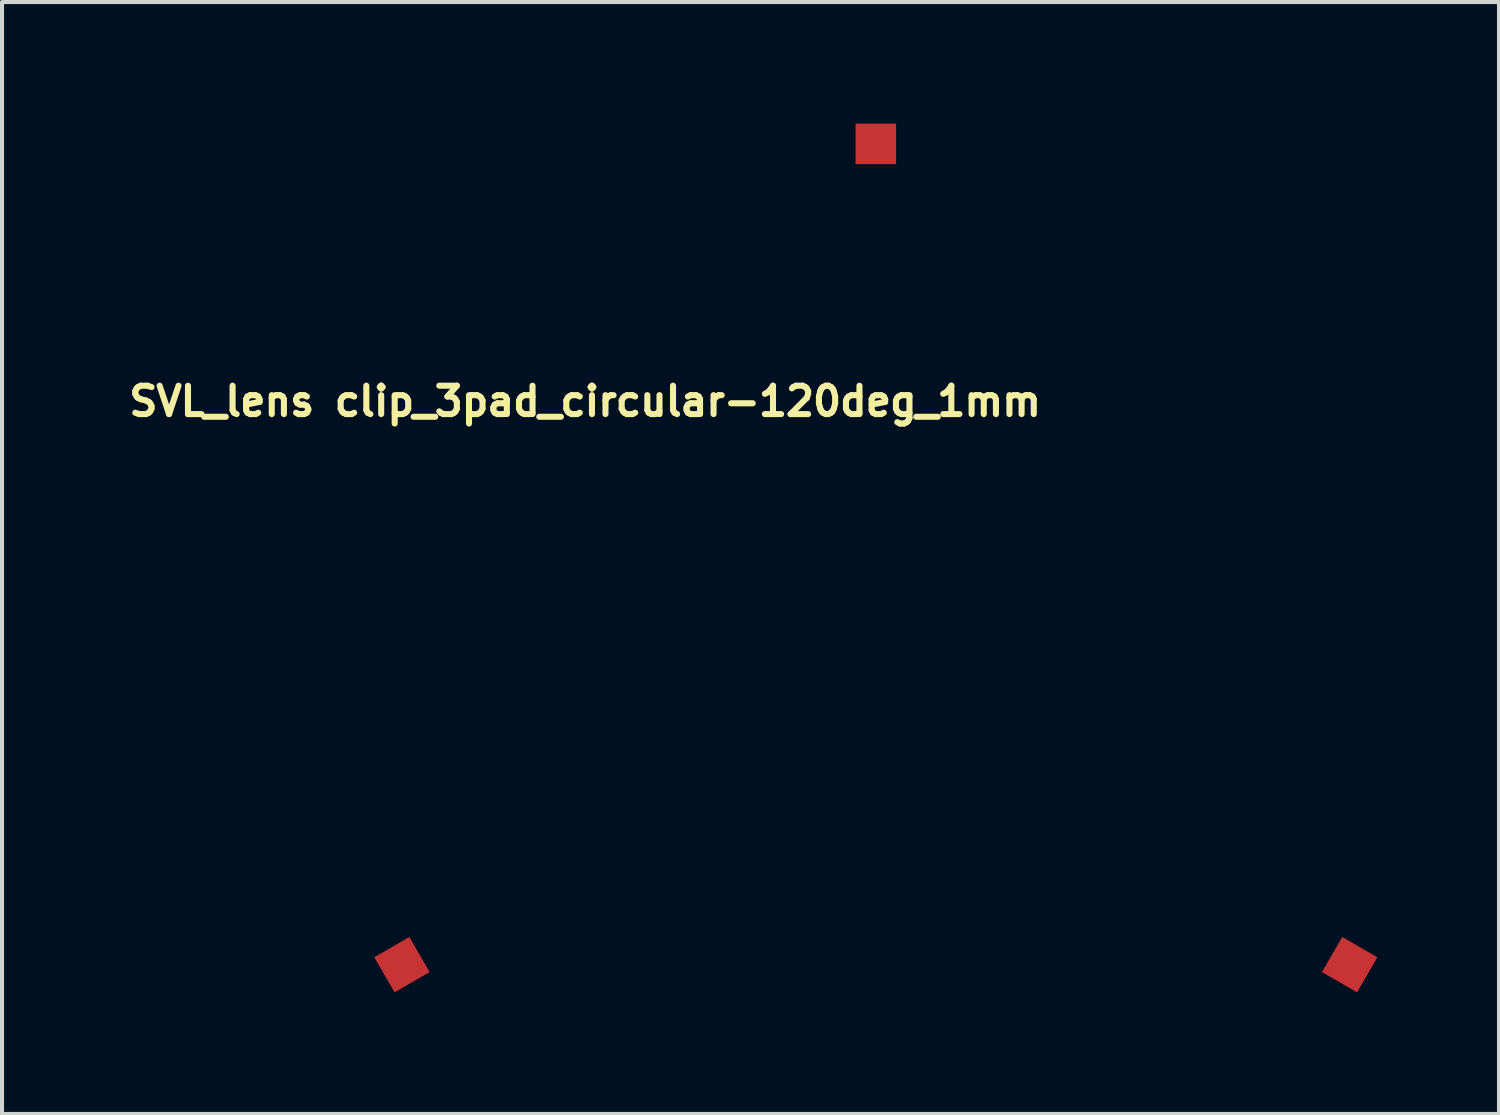
<source format=kicad_pcb>
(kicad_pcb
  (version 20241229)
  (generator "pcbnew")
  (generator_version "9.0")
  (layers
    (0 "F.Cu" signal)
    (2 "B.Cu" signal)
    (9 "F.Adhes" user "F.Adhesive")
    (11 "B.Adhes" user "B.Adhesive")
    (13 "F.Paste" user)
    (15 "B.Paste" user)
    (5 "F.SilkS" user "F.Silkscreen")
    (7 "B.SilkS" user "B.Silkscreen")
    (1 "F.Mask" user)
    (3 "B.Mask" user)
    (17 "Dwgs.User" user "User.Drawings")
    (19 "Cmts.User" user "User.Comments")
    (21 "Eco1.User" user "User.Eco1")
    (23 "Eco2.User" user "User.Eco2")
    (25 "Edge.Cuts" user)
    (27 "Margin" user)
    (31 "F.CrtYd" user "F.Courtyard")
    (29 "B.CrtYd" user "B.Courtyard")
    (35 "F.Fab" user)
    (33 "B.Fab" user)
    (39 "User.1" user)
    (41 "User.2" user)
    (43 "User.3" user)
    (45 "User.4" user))
  (footprint "SVL_lens clip_3pad_circular-120deg_1mm"
    (layer "F.Cu")
    (at 18.558 14)
    (property "Reference" "SVL_lens clip_3pad_circular-120deg_1mm" (at -7.17 -7.15 0) (layer "F.SilkS") (effects (font (size 0.7 0.7) (thickness 0.15))))
    (attr through_hole)
    (pad "1" smd rect (at 0 -13.5) (size 1 1) (layers "F.Cu" "F.Mask" "F.Paste"))
    (pad "2" smd rect (at -11.691 6.75 120) (size 1 1) (layers "F.Cu" "F.Mask" "F.Paste"))
    (pad "2" smd rect (at 11.691 6.75 240) (size 1 1) (layers "F.Cu" "F.Mask" "F.Paste")))
  (gr_rect
    (start -3 -3)
    (end 33.933 24.433)
    (stroke (width 0.1) (type default))
    (fill no)
    (layer "Edge.Cuts")))
</source>
